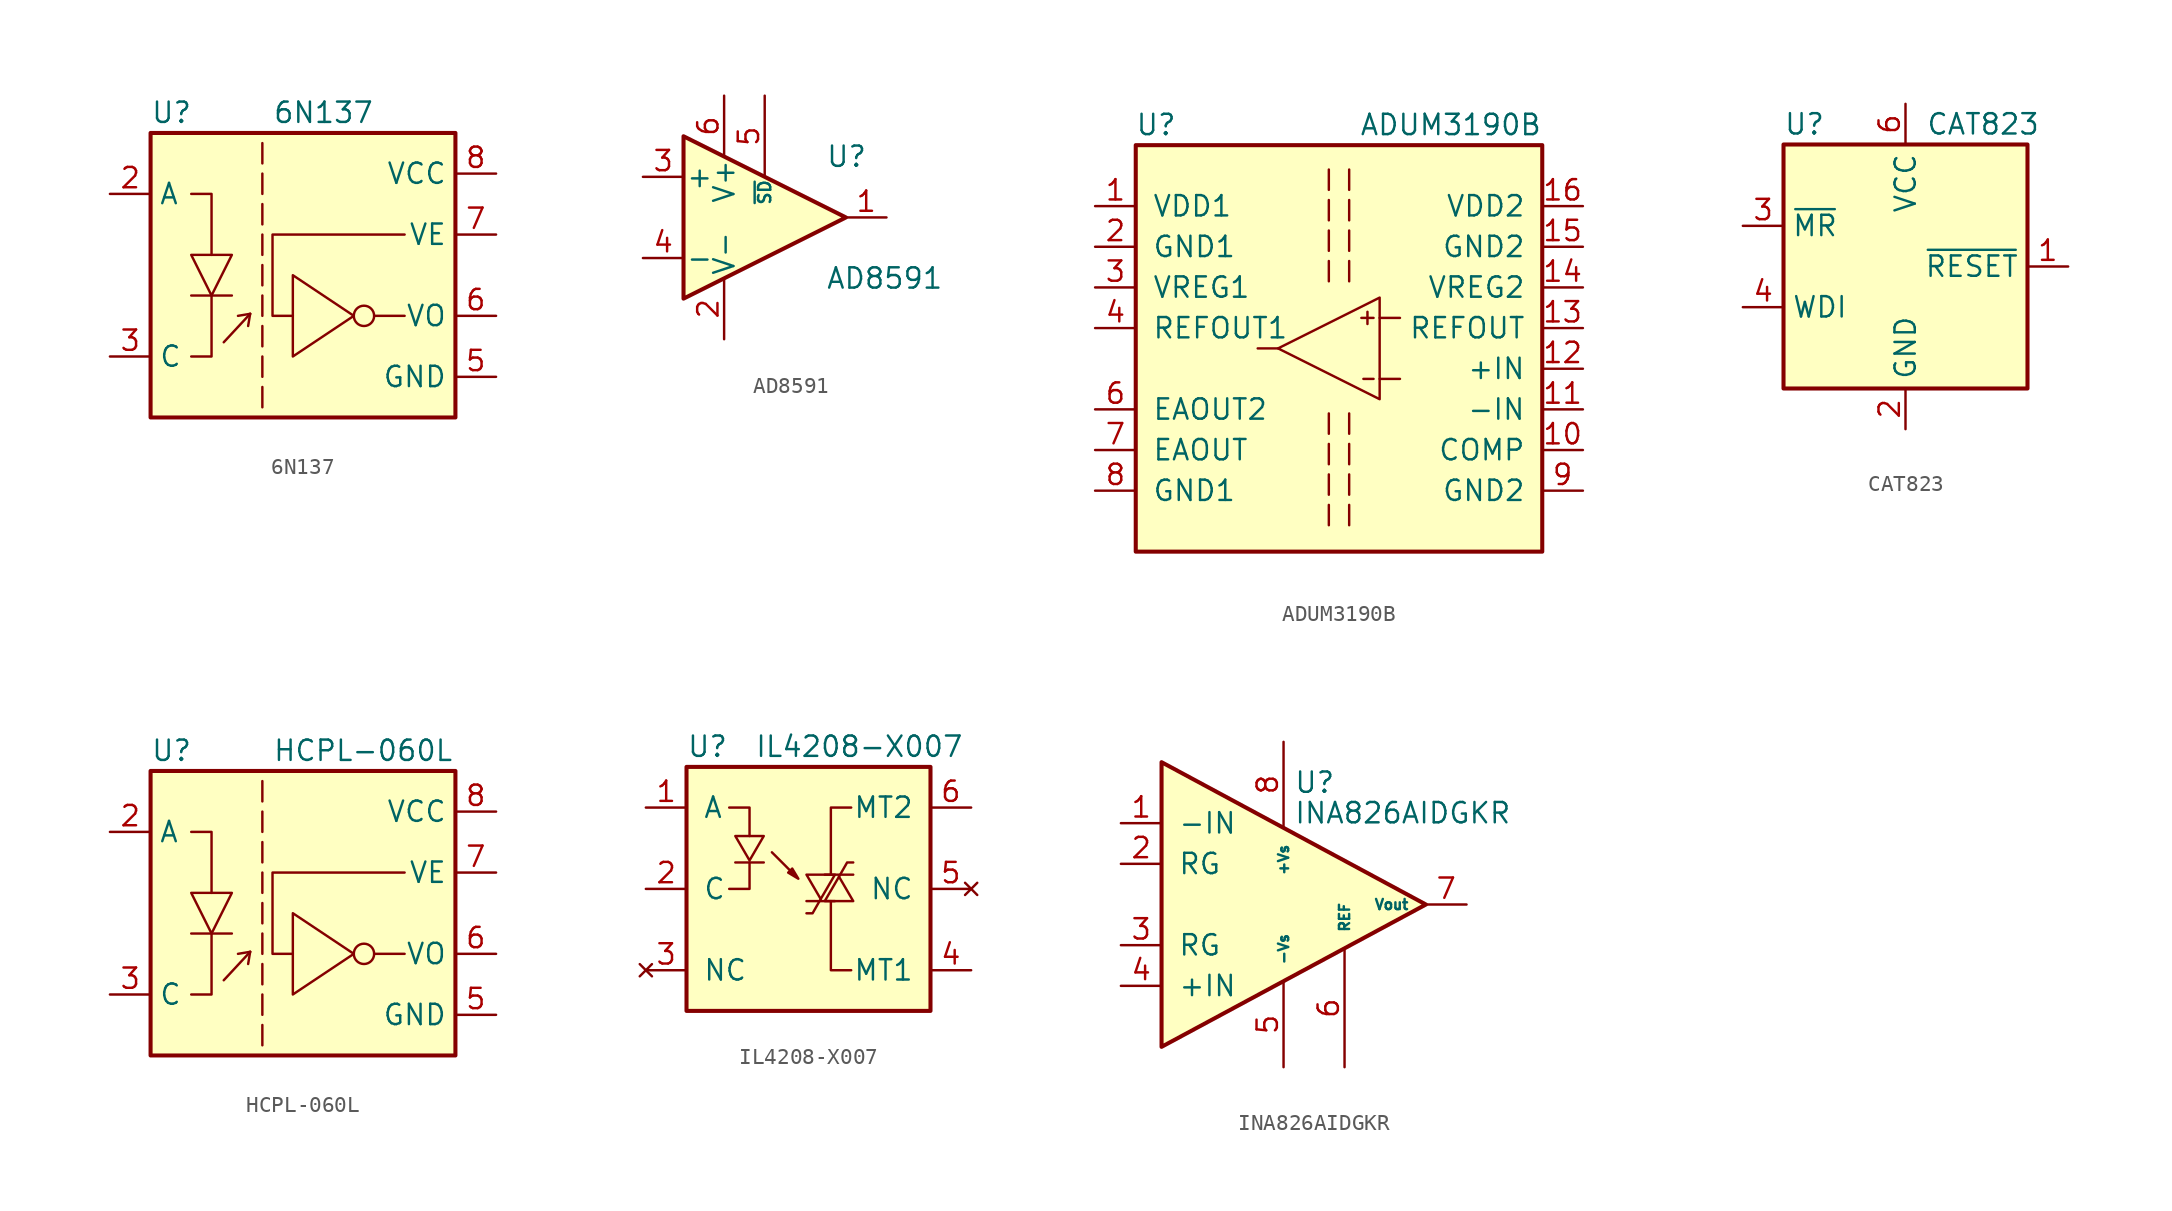
<source format=kicad_sym>
(kicad_symbol_lib
  (version 20211014)
  (generator kicad_symbol_editor)
  (symbol "6N137"
    (property "Reference" "U"
      (at -8.89 10.16 0)
      (effects (font (size 1.27 1.27)) (justify left)))
    (property "Value" "6N137"
      (at -1.27 10.16 0)
      (effects (font (size 1.27 1.27)) (justify left)))
    (symbol "6N137_0_1"
      (rectangle (start -8.89 8.89) (end 10.16 -8.89) (stroke (width 0.254) (type default) (color 0 0 0 0)) (fill (type background)))
      (polyline (pts (xy -6.35 -1.27) (xy -3.81 -1.27)) (stroke (width 0) (type default) (color 0 0 0 0)) (fill (type none)))
      (polyline (pts (xy -4.318 -4.191) (xy -2.667 -2.413)) (stroke (width 0) (type default) (color 0 0 0 0)) (fill (type none)))
      (polyline (pts (xy -2.667 -2.413) (xy -3.429 -2.54)) (stroke (width 0) (type default) (color 0 0 0 0)) (fill (type none)))
      (polyline (pts (xy -2.667 -2.413) (xy -2.794 -3.175)) (stroke (width 0) (type default) (color 0 0 0 0)) (fill (type none)))
      (polyline (pts (xy -1.905 -6.985) (xy -1.905 -8.255)) (stroke (width 0) (type default) (color 0 0 0 0)) (fill (type none)))
      (polyline (pts (xy -1.905 -5.08) (xy -1.905 -6.35)) (stroke (width 0) (type default) (color 0 0 0 0)) (fill (type none)))
      (polyline (pts (xy -1.905 -3.175) (xy -1.905 -4.445)) (stroke (width 0) (type default) (color 0 0 0 0)) (fill (type none)))
      (polyline (pts (xy -1.905 -1.27) (xy -1.905 -2.54)) (stroke (width 0) (type default) (color 0 0 0 0)) (fill (type none)))
      (polyline (pts (xy -1.905 0.635) (xy -1.905 -0.635)) (stroke (width 0) (type default) (color 0 0 0 0)) (fill (type none)))
      (polyline (pts (xy -1.905 1.27) (xy -1.905 2.54)) (stroke (width 0) (type default) (color 0 0 0 0)) (fill (type none)))
      (polyline (pts (xy -1.905 3.175) (xy -1.905 4.445)) (stroke (width 0) (type default) (color 0 0 0 0)) (fill (type none)))
      (polyline (pts (xy -1.905 5.08) (xy -1.905 6.35)) (stroke (width 0) (type default) (color 0 0 0 0)) (fill (type none)))
      (polyline (pts (xy -1.905 6.985) (xy -1.905 8.255)) (stroke (width 0) (type default) (color 0 0 0 0)) (fill (type none)))
      (polyline (pts (xy 5.08 -2.54) (xy 6.985 -2.54)) (stroke (width 0) (type default) (color 0 0 0 0)) (fill (type none)))
      (polyline (pts (xy -5.08 -1.27) (xy -5.08 -5.08) (xy -6.35 -5.08)) (stroke (width 0) (type default) (color 0 0 0 0)) (fill (type none)))
      (polyline (pts (xy -5.08 1.27) (xy -5.08 5.08) (xy -6.35 5.08)) (stroke (width 0) (type default) (color 0 0 0 0)) (fill (type none)))
      (polyline (pts (xy -6.35 1.27) (xy -3.81 1.27) (xy -5.08 -1.27) (xy -6.35 1.27)) (stroke (width 0) (type default) (color 0 0 0 0)) (fill (type none)))
      (polyline (pts (xy 0 -2.54) (xy -1.27 -2.54) (xy -1.27 2.54) (xy 6.985 2.54)) (stroke (width 0) (type default) (color 0 0 0 0)) (fill (type none)))
      (polyline (pts (xy 0 0) (xy 0 -5.08) (xy 3.81 -2.54) (xy 0 0)) (stroke (width 0) (type default) (color 0 0 0 0)) (fill (type none)))
      (circle (center 4.445 -2.54) (radius 0.635) (stroke (width 0) (type default) (color 0 0 0 0)) (fill (type none))))
    (symbol "6N137_1_1"
      (pin input line (at -11.43 5.08 0) (length 2.54) (name "A" (effects (font (size 1.27 1.27)))) (number "2" (effects (font (size 1.27 1.27)))))
      (pin input line (at -11.43 -5.08 0) (length 2.54) (name "C" (effects (font (size 1.27 1.27)))) (number "3" (effects (font (size 1.27 1.27)))))
      (pin power_in line (at 12.7 -6.35 180) (length 2.54) (name "GND" (effects (font (size 1.27 1.27)))) (number "5" (effects (font (size 1.27 1.27)))))
      (pin output line (at 12.7 -2.54 180) (length 2.54) (name "VO" (effects (font (size 1.27 1.27)))) (number "6" (effects (font (size 1.27 1.27)))))
      (pin input line (at 12.7 2.54 180) (length 2.54) (name "VE" (effects (font (size 1.27 1.27)))) (number "7" (effects (font (size 1.27 1.27)))))
      (pin power_in line (at 12.7 6.35 180) (length 2.54) (name "VCC" (effects (font (size 1.27 1.27)))) (number "8" (effects (font (size 1.27 1.27)))))))
  (symbol "AD8591"
    (pin_names
      (offset 0.127))
    (property "Reference" "U"
      (at 3.81 3.81 0)
      (effects (font (size 1.27 1.27)) (justify left)))
    (property "Value" "AD8591"
      (at 3.81 -3.81 0)
      (effects (font (size 1.27 1.27)) (justify left)))
    (symbol "AD8591_0_1"
      (polyline (pts (xy -5.08 5.08) (xy 5.08 0) (xy -5.08 -5.08) (xy -5.08 5.08)) (stroke (width 0.254) (type default) (color 0 0 0 0)) (fill (type background))))
    (symbol "AD8591_1_1"
      (pin output line (at 7.62 0 180) (length 2.54) (name "~" (effects (font (size 1.27 1.27)))) (number "1" (effects (font (size 1.27 1.27)))))
      (pin power_in line (at -2.54 -7.62 90) (length 3.81) (name "V-" (effects (font (size 1.27 1.27)))) (number "2" (effects (font (size 1.27 1.27)))))
      (pin input line (at -7.62 2.54 0) (length 2.54) (name "+" (effects (font (size 1.27 1.27)))) (number "3" (effects (font (size 1.27 1.27)))))
      (pin input line (at -7.62 -2.54 0) (length 2.54) (name "-" (effects (font (size 1.27 1.27)))) (number "4" (effects (font (size 1.27 1.27)))))
      (pin input line (at 0 7.62 270) (length 5.08) (name "~{SD}" (effects (font (size 0.762 0.762)))) (number "5" (effects (font (size 1.27 1.27)))))
      (pin power_in line (at -2.54 7.62 270) (length 3.81) (name "V+" (effects (font (size 1.27 1.27)))) (number "6" (effects (font (size 1.27 1.27)))))))
  (symbol "ADUM3190B"
    (pin_names
      (offset 1.016))
    (property "Reference" "U"
      (at -11.43 13.97 0)
      (effects (font (size 1.27 1.27))))
    (property "Value" "ADUM3190B"
      (at 6.985 13.97 0)
      (effects (font (size 1.27 1.27))))
    (symbol "ADUM3190B_0_1"
      (polyline (pts (xy -3.81 0) (xy -5.08 0)) (stroke (width 0) (type default) (color 0 0 0 0)) (fill (type none)))
      (polyline (pts (xy 1.778 2.286) (xy 1.778 1.524)) (stroke (width 0) (type default) (color 0 0 0 0)) (fill (type none)))
      (polyline (pts (xy 2.159 -1.905) (xy 1.524 -1.905)) (stroke (width 0) (type default) (color 0 0 0 0)) (fill (type none)))
      (polyline (pts (xy 2.159 1.905) (xy 1.397 1.905)) (stroke (width 0) (type default) (color 0 0 0 0)) (fill (type none)))
      (polyline (pts (xy 2.54 -1.905) (xy 3.81 -1.905)) (stroke (width 0) (type default) (color 0 0 0 0)) (fill (type none)))
      (polyline (pts (xy 2.54 1.905) (xy 3.81 1.905)) (stroke (width 0) (type default) (color 0 0 0 0)) (fill (type none)))
      (polyline (pts (xy 2.54 3.175) (xy 2.54 -3.175) (xy -3.81 0) (xy 2.54 3.175)) (stroke (width 0) (type default) (color 0 0 0 0)) (fill (type none))))
    (symbol "ADUM3190B_1_1"
      (rectangle (start -12.7 12.7) (end 12.7 -12.7) (stroke (width 0.254) (type default) (color 0 0 0 0)) (fill (type background)))
      (polyline (pts (xy -0.635 -9.779) (xy -0.635 -11.049)) (stroke (width 0) (type default) (color 0 0 0 0)) (fill (type none)))
      (polyline (pts (xy -0.635 -7.874) (xy -0.635 -9.144)) (stroke (width 0) (type default) (color 0 0 0 0)) (fill (type none)))
      (polyline (pts (xy -0.635 -5.969) (xy -0.635 -7.239)) (stroke (width 0) (type default) (color 0 0 0 0)) (fill (type none)))
      (polyline (pts (xy -0.635 -4.064) (xy -0.635 -5.334)) (stroke (width 0) (type default) (color 0 0 0 0)) (fill (type none)))
      (polyline (pts (xy -0.635 5.461) (xy -0.635 4.191)) (stroke (width 0) (type default) (color 0 0 0 0)) (fill (type none)))
      (polyline (pts (xy -0.635 7.366) (xy -0.635 6.096)) (stroke (width 0) (type default) (color 0 0 0 0)) (fill (type none)))
      (polyline (pts (xy -0.635 9.271) (xy -0.635 8.001)) (stroke (width 0) (type default) (color 0 0 0 0)) (fill (type none)))
      (polyline (pts (xy -0.635 11.176) (xy -0.635 9.906)) (stroke (width 0) (type default) (color 0 0 0 0)) (fill (type none)))
      (polyline (pts (xy 0.635 -9.779) (xy 0.635 -11.049)) (stroke (width 0) (type default) (color 0 0 0 0)) (fill (type none)))
      (polyline (pts (xy 0.635 -7.874) (xy 0.635 -9.144)) (stroke (width 0) (type default) (color 0 0 0 0)) (fill (type none)))
      (polyline (pts (xy 0.635 -5.969) (xy 0.635 -7.239)) (stroke (width 0) (type default) (color 0 0 0 0)) (fill (type none)))
      (polyline (pts (xy 0.635 -4.064) (xy 0.635 -5.334)) (stroke (width 0) (type default) (color 0 0 0 0)) (fill (type none)))
      (polyline (pts (xy 0.635 5.461) (xy 0.635 4.191)) (stroke (width 0) (type default) (color 0 0 0 0)) (fill (type none)))
      (polyline (pts (xy 0.635 7.366) (xy 0.635 6.096)) (stroke (width 0) (type default) (color 0 0 0 0)) (fill (type none)))
      (polyline (pts (xy 0.635 9.271) (xy 0.635 8.001)) (stroke (width 0) (type default) (color 0 0 0 0)) (fill (type none)))
      (polyline (pts (xy 0.635 11.176) (xy 0.635 9.906)) (stroke (width 0) (type default) (color 0 0 0 0)) (fill (type none)))
      (pin power_in line (at -15.24 8.89 0) (length 2.54) (name "VDD1" (effects (font (size 1.27 1.27)))) (number "1" (effects (font (size 1.27 1.27)))))
      (pin output line (at 15.24 -6.35 180) (length 2.54) (name "COMP" (effects (font (size 1.27 1.27)))) (number "10" (effects (font (size 1.27 1.27)))))
      (pin input line (at 15.24 -3.81 180) (length 2.54) (name "-IN" (effects (font (size 1.27 1.27)))) (number "11" (effects (font (size 1.27 1.27)))))
      (pin input line (at 15.24 -1.27 180) (length 2.54) (name "+IN" (effects (font (size 1.27 1.27)))) (number "12" (effects (font (size 1.27 1.27)))))
      (pin output line (at 15.24 1.27 180) (length 2.54) (name "REFOUT" (effects (font (size 1.27 1.27)))) (number "13" (effects (font (size 1.27 1.27)))))
      (pin input line (at 15.24 3.81 180) (length 2.54) (name "VREG2" (effects (font (size 1.27 1.27)))) (number "14" (effects (font (size 1.27 1.27)))))
      (pin power_in line (at 15.24 6.35 180) (length 2.54) (name "GND2" (effects (font (size 1.27 1.27)))) (number "15" (effects (font (size 1.27 1.27)))))
      (pin power_in line (at 15.24 8.89 180) (length 2.54) (name "VDD2" (effects (font (size 1.27 1.27)))) (number "16" (effects (font (size 1.27 1.27)))))
      (pin power_in line (at -15.24 6.35 0) (length 2.54) (name "GND1" (effects (font (size 1.27 1.27)))) (number "2" (effects (font (size 1.27 1.27)))))
      (pin input line (at -15.24 3.81 0) (length 2.54) (name "VREG1" (effects (font (size 1.27 1.27)))) (number "3" (effects (font (size 1.27 1.27)))))
      (pin output line (at -15.24 1.27 0) (length 2.54) (name "REFOUT1" (effects (font (size 1.27 1.27)))) (number "4" (effects (font (size 1.27 1.27)))))
      (pin no_connect line (at -15.24 -1.27 0) (length 2.54) hide (name "NC" (effects (font (size 1.27 1.27)))) (number "5" (effects (font (size 1.27 1.27)))))
      (pin output line (at -15.24 -3.81 0) (length 2.54) (name "EAOUT2" (effects (font (size 1.27 1.27)))) (number "6" (effects (font (size 1.27 1.27)))))
      (pin output line (at -15.24 -6.35 0) (length 2.54) (name "EAOUT" (effects (font (size 1.27 1.27)))) (number "7" (effects (font (size 1.27 1.27)))))
      (pin power_in line (at -15.24 -8.89 0) (length 2.54) (name "GND1" (effects (font (size 1.27 1.27)))) (number "8" (effects (font (size 1.27 1.27)))))
      (pin power_in line (at 15.24 -8.89 180) (length 2.54) (name "GND2" (effects (font (size 1.27 1.27)))) (number "9" (effects (font (size 1.27 1.27)))))))
  (symbol "CAT823"
    (property "Reference" "U"
      (at -7.62 8.89 0)
      (effects (font (size 1.27 1.27)) (justify left)))
    (property "Value" "CAT823"
      (at 1.27 8.89 0)
      (effects (font (size 1.27 1.27)) (justify left)))
    (symbol "CAT823_0_1"
      (rectangle (start -7.62 7.62) (end 7.62 -7.62) (stroke (width 0.254) (type default) (color 0 0 0 0)) (fill (type background))))
    (symbol "CAT823_1_1"
      (pin output line (at 10.16 0 180) (length 2.54) (name "~{RESET}" (effects (font (size 1.27 1.27)))) (number "1" (effects (font (size 1.27 1.27)))))
      (pin power_in line (at 0 -10.16 90) (length 2.54) (name "GND" (effects (font (size 1.27 1.27)))) (number "2" (effects (font (size 1.27 1.27)))))
      (pin input line (at -10.16 2.54 0) (length 2.54) (name "~{MR}" (effects (font (size 1.27 1.27)))) (number "3" (effects (font (size 1.27 1.27)))))
      (pin input line (at -10.16 -2.54 0) (length 2.54) (name "WDI" (effects (font (size 1.27 1.27)))) (number "4" (effects (font (size 1.27 1.27)))))
      (pin power_in line (at 0 10.16 270) (length 2.54) (name "VCC" (effects (font (size 1.27 1.27)))) (number "6" (effects (font (size 1.27 1.27)))))))
  (symbol "HCPL-060L"
    (property "Reference" "U"
      (at -8.89 10.16 0)
      (effects (font (size 1.27 1.27)) (justify left)))
    (property "Value" "HCPL-060L"
      (at -1.27 10.16 0)
      (effects (font (size 1.27 1.27)) (justify left)))
    (symbol "HCPL-060L_0_1"
      (rectangle (start -8.89 8.89) (end 10.16 -8.89) (stroke (width 0.254) (type default) (color 0 0 0 0)) (fill (type background)))
      (polyline (pts (xy -6.35 -1.27) (xy -3.81 -1.27)) (stroke (width 0) (type default) (color 0 0 0 0)) (fill (type none)))
      (polyline (pts (xy -4.318 -4.191) (xy -2.667 -2.413)) (stroke (width 0) (type default) (color 0 0 0 0)) (fill (type none)))
      (polyline (pts (xy -2.667 -2.413) (xy -3.429 -2.54)) (stroke (width 0) (type default) (color 0 0 0 0)) (fill (type none)))
      (polyline (pts (xy -2.667 -2.413) (xy -2.794 -3.175)) (stroke (width 0) (type default) (color 0 0 0 0)) (fill (type none)))
      (polyline (pts (xy -1.905 -6.985) (xy -1.905 -8.255)) (stroke (width 0) (type default) (color 0 0 0 0)) (fill (type none)))
      (polyline (pts (xy -1.905 -5.08) (xy -1.905 -6.35)) (stroke (width 0) (type default) (color 0 0 0 0)) (fill (type none)))
      (polyline (pts (xy -1.905 -3.175) (xy -1.905 -4.445)) (stroke (width 0) (type default) (color 0 0 0 0)) (fill (type none)))
      (polyline (pts (xy -1.905 -1.27) (xy -1.905 -2.54)) (stroke (width 0) (type default) (color 0 0 0 0)) (fill (type none)))
      (polyline (pts (xy -1.905 0.635) (xy -1.905 -0.635)) (stroke (width 0) (type default) (color 0 0 0 0)) (fill (type none)))
      (polyline (pts (xy -1.905 1.27) (xy -1.905 2.54)) (stroke (width 0) (type default) (color 0 0 0 0)) (fill (type none)))
      (polyline (pts (xy -1.905 3.175) (xy -1.905 4.445)) (stroke (width 0) (type default) (color 0 0 0 0)) (fill (type none)))
      (polyline (pts (xy -1.905 5.08) (xy -1.905 6.35)) (stroke (width 0) (type default) (color 0 0 0 0)) (fill (type none)))
      (polyline (pts (xy -1.905 6.985) (xy -1.905 8.255)) (stroke (width 0) (type default) (color 0 0 0 0)) (fill (type none)))
      (polyline (pts (xy 5.08 -2.54) (xy 6.985 -2.54)) (stroke (width 0) (type default) (color 0 0 0 0)) (fill (type none)))
      (polyline (pts (xy -5.08 -1.27) (xy -5.08 -5.08) (xy -6.35 -5.08)) (stroke (width 0) (type default) (color 0 0 0 0)) (fill (type none)))
      (polyline (pts (xy -5.08 1.27) (xy -5.08 5.08) (xy -6.35 5.08)) (stroke (width 0) (type default) (color 0 0 0 0)) (fill (type none)))
      (polyline (pts (xy -6.35 1.27) (xy -3.81 1.27) (xy -5.08 -1.27) (xy -6.35 1.27)) (stroke (width 0) (type default) (color 0 0 0 0)) (fill (type none)))
      (polyline (pts (xy 0 -2.54) (xy -1.27 -2.54) (xy -1.27 2.54) (xy 6.985 2.54)) (stroke (width 0) (type default) (color 0 0 0 0)) (fill (type none)))
      (polyline (pts (xy 0 0) (xy 0 -5.08) (xy 3.81 -2.54) (xy 0 0)) (stroke (width 0) (type default) (color 0 0 0 0)) (fill (type none)))
      (circle (center 4.445 -2.54) (radius 0.635) (stroke (width 0) (type default) (color 0 0 0 0)) (fill (type none))))
    (symbol "HCPL-060L_1_1"
      (pin input line (at -11.43 5.08 0) (length 2.54) (name "A" (effects (font (size 1.27 1.27)))) (number "2" (effects (font (size 1.27 1.27)))))
      (pin input line (at -11.43 -5.08 0) (length 2.54) (name "C" (effects (font (size 1.27 1.27)))) (number "3" (effects (font (size 1.27 1.27)))))
      (pin power_in line (at 12.7 -6.35 180) (length 2.54) (name "GND" (effects (font (size 1.27 1.27)))) (number "5" (effects (font (size 1.27 1.27)))))
      (pin output line (at 12.7 -2.54 180) (length 2.54) (name "VO" (effects (font (size 1.27 1.27)))) (number "6" (effects (font (size 1.27 1.27)))))
      (pin input line (at 12.7 2.54 180) (length 2.54) (name "VE" (effects (font (size 1.27 1.27)))) (number "7" (effects (font (size 1.27 1.27)))))
      (pin power_in line (at 12.7 6.35 180) (length 2.54) (name "VCC" (effects (font (size 1.27 1.27)))) (number "8" (effects (font (size 1.27 1.27)))))))
  (symbol "IL4208-X007"
    (pin_names
      (offset 1.016))
    (property "Reference" "U"
      (at -7.62 8.89 0)
      (effects (font (size 1.27 1.27)) (justify left)))
    (property "Value" "IL4208-X007"
      (at 3.175 8.89 0)
      (effects (font (size 1.27 1.27))))
    (symbol "IL4208-X007_0_1"
      (rectangle (start -7.62 7.62) (end 7.62 -7.62) (stroke (width 0.254) (type default) (color 0 0 0 0)) (fill (type background)))
      (polyline (pts (xy -4.572 1.651) (xy -2.794 1.651)) (stroke (width 0) (type default) (color 0 0 0 0)) (fill (type none)))
      (polyline (pts (xy -3.683 1.651) (xy -3.683 0) (xy -4.953 0)) (stroke (width 0) (type default) (color 0 0 0 0)) (fill (type none)))
      (polyline (pts (xy -3.683 3.302) (xy -3.683 5.08) (xy -4.953 5.08)) (stroke (width 0) (type default) (color 0 0 0 0)) (fill (type none)))
      (polyline (pts (xy 0.762 -0.635) (xy 0.254 -1.524) (xy -0.127 -1.524)) (stroke (width 0) (type default) (color 0 0 0 0)) (fill (type none)))
      (polyline (pts (xy 1.397 -0.762) (xy 1.397 -5.08) (xy 2.667 -5.08)) (stroke (width 0) (type default) (color 0 0 0 0)) (fill (type none)))
      (polyline (pts (xy 1.397 0.889) (xy 1.397 5.08) (xy 2.667 5.08)) (stroke (width 0) (type default) (color 0 0 0 0)) (fill (type none)))
      (polyline (pts (xy 1.905 0.762) (xy 2.413 1.651) (xy 2.794 1.651)) (stroke (width 0) (type default) (color 0 0 0 0)) (fill (type none)))
      (polyline (pts (xy -4.572 3.302) (xy -2.794 3.302) (xy -3.683 1.778) (xy -4.572 3.302)) (stroke (width 0) (type default) (color 0 0 0 0)) (fill (type none)))
      (polyline (pts (xy -2.286 2.286) (xy -0.635 0.635) (xy -1.016 1.27) (xy -1.27 1.016) (xy -0.635 0.635)) (stroke (width 0) (type default) (color 0 0 0 0)) (fill (type outline))))
    (symbol "IL4208-X007_1_1"
      (polyline (pts (xy -0.127 -0.762) (xy 1.651 -0.762)) (stroke (width 0) (type default) (color 0 0 0 0)) (fill (type none)))
      (polyline (pts (xy 1.016 0.889) (xy 2.794 0.889)) (stroke (width 0) (type default) (color 0 0 0 0)) (fill (type none)))
      (polyline (pts (xy -0.127 0.889) (xy 1.651 0.889) (xy 0.762 -0.635) (xy -0.127 0.889)) (stroke (width 0) (type default) (color 0 0 0 0)) (fill (type none)))
      (polyline (pts (xy 1.016 -0.762) (xy 2.794 -0.762) (xy 1.905 0.762) (xy 1.016 -0.762)) (stroke (width 0) (type default) (color 0 0 0 0)) (fill (type none)))
      (pin input line (at -10.16 5.08 0) (length 2.54) (name "A" (effects (font (size 1.27 1.27)))) (number "1" (effects (font (size 1.27 1.27)))))
      (pin input line (at -10.16 0 0) (length 2.54) (name "C" (effects (font (size 1.27 1.27)))) (number "2" (effects (font (size 1.27 1.27)))))
      (pin no_connect line (at -10.16 -5.08 0) (length 2.54) (name "NC" (effects (font (size 1.27 1.27)))) (number "3" (effects (font (size 1.27 1.27)))))
      (pin output line (at 10.16 -5.08 180) (length 2.54) (name "MT1" (effects (font (size 1.27 1.27)))) (number "4" (effects (font (size 1.27 1.27)))))
      (pin no_connect line (at 10.16 0 180) (length 2.54) (name "NC" (effects (font (size 1.27 1.27)))) (number "5" (effects (font (size 1.27 1.27)))))
      (pin output line (at 10.16 5.08 180) (length 2.54) (name "MT2" (effects (font (size 1.27 1.27)))) (number "6" (effects (font (size 1.27 1.27)))))))
  (symbol "INA826AIDGKR"
    (pin_names
      (offset 1.016))
    (property "Reference" "U"
      (at 0.635 7.62 0)
      (effects (font (size 1.27 1.27)) (justify left)))
    (property "Value" "INA826AIDGKR"
      (at 0.635 5.715 0)
      (effects (font (size 1.27 1.27)) (justify left)))
    (symbol "INA826AIDGKR_1_1"
      (polyline (pts (xy -7.62 8.89) (xy -7.62 -8.89) (xy 8.89 0) (xy -7.62 8.89)) (stroke (width 0.254) (type default) (color 0 0 0 0)) (fill (type background)))
      (pin input line (at -10.16 5.08 0) (length 2.54) (name "-IN" (effects (font (size 1.27 1.27)))) (number "1" (effects (font (size 1.27 1.27)))))
      (pin passive line (at -10.16 2.54 0) (length 2.54) (name "RG" (effects (font (size 1.27 1.27)))) (number "2" (effects (font (size 1.27 1.27)))))
      (pin passive line (at -10.16 -2.54 0) (length 2.54) (name "RG" (effects (font (size 1.27 1.27)))) (number "3" (effects (font (size 1.27 1.27)))))
      (pin input line (at -10.16 -5.08 0) (length 2.54) (name "+IN" (effects (font (size 1.27 1.27)))) (number "4" (effects (font (size 1.27 1.27)))))
      (pin power_in line (at 0 -10.16 90) (length 5.334) (name "-Vs" (effects (font (size 0.635 0.635)))) (number "5" (effects (font (size 1.27 1.27)))))
      (pin input line (at 3.81 -10.16 90) (length 7.366) (name "REF" (effects (font (size 0.635 0.635)))) (number "6" (effects (font (size 1.27 1.27)))))
      (pin output line (at 11.43 0 180) (length 2.54) (name "Vout" (effects (font (size 0.635 0.635)))) (number "7" (effects (font (size 1.27 1.27)))))
      (pin power_in line (at 0 10.16 270) (length 5.334) (name "+Vs" (effects (font (size 0.635 0.635)))) (number "8" (effects (font (size 1.27 1.27))))))))
</source>
